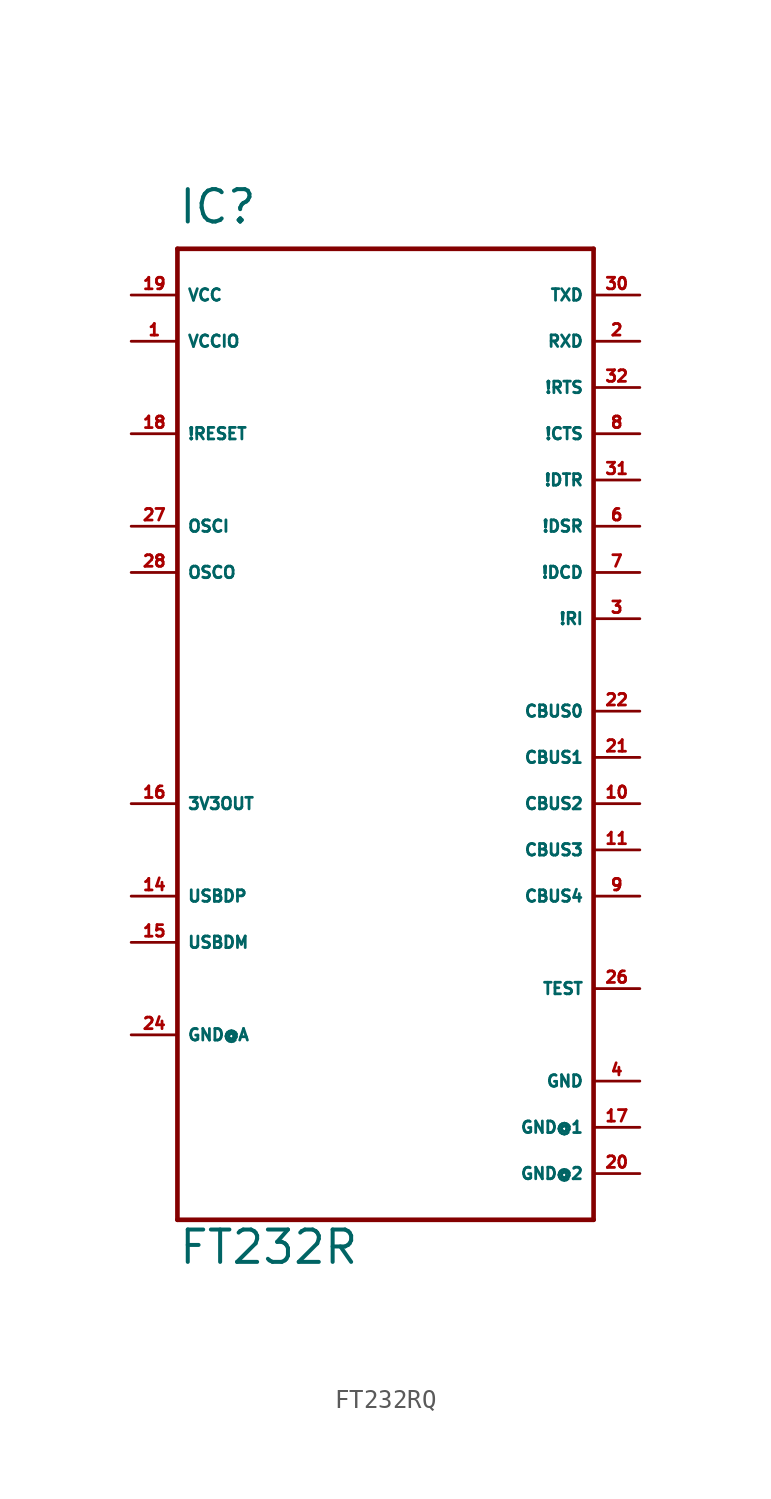
<source format=kicad_sym>
(kicad_symbol_lib
  (version 20220914)
  (generator Eagle2Kicad)
  (symbol "FT232RQ"
    (property "Reference" "IC"
      (at -10.16 26.67 0)
      (effects (font (size 1.778 1.778) (thickness 0.22)) (justify left bottom)))
    (property "Value" "FT232R"
      (at -10.16 -30.48 0)
      (effects (font (size 1.778 1.778) (thickness 0.22)) (justify left bottom)))
    (polyline
      (pts (xy -10.16 25.4) (xy 12.7 25.4))
      (stroke (width 0.254) (type default))
      (fill (type none)))
    (polyline
      (pts (xy 12.7 25.4) (xy 12.7 -27.94))
      (stroke (width 0.254) (type default))
      (fill (type none)))
    (polyline
      (pts (xy 12.7 -27.94) (xy -10.16 -27.94))
      (stroke (width 0.254) (type default))
      (fill (type none)))
    (polyline
      (pts (xy -10.16 -27.94) (xy -10.16 25.4))
      (stroke (width 0.254) (type default))
      (fill (type none)))
    (pin unspecified line
      (at -12.7 22.86 0)
      (length 2.54)
      (name "VCC" (effects (font (size 0.635 0.635) (thickness 0.08)) (justify left bottom)))
      (number "19" (effects (font (size 0.635 0.635) (thickness 0.08)) (justify left bottom))))
    (pin output line
      (at -12.7 -5.08 0)
      (length 2.54)
      (name "3V3OUT" (effects (font (size 0.635 0.635) (thickness 0.08)) (justify left bottom)))
      (number "16" (effects (font (size 0.635 0.635) (thickness 0.08)) (justify left bottom))))
    (pin bidirectional line
      (at -12.7 -10.16 0)
      (length 2.54)
      (name "USBDP" (effects (font (size 0.635 0.635) (thickness 0.08)) (justify left bottom)))
      (number "14" (effects (font (size 0.635 0.635) (thickness 0.08)) (justify left bottom))))
    (pin bidirectional line
      (at -12.7 -12.7 0)
      (length 2.54)
      (name "USBDM" (effects (font (size 0.635 0.635) (thickness 0.08)) (justify left bottom)))
      (number "15" (effects (font (size 0.635 0.635) (thickness 0.08)) (justify left bottom))))
    (pin output line
      (at -12.7 7.62 0)
      (length 2.54)
      (name "OSCO" (effects (font (size 0.635 0.635) (thickness 0.08)) (justify left bottom)))
      (number "28" (effects (font (size 0.635 0.635) (thickness 0.08)) (justify left bottom))))
    (pin input line
      (at -12.7 10.16 0)
      (length 2.54)
      (name "OSCI" (effects (font (size 0.635 0.635) (thickness 0.08)) (justify left bottom)))
      (number "27" (effects (font (size 0.635 0.635) (thickness 0.08)) (justify left bottom))))
    (pin unspecified line
      (at 15.24 -20.32 180)
      (length 2.54)
      (name "GND" (effects (font (size 0.635 0.635) (thickness 0.08)) (justify left bottom)))
      (number "4" (effects (font (size 0.635 0.635) (thickness 0.08)) (justify left bottom))))
    (pin output line
      (at 15.24 22.86 180)
      (length 2.54)
      (name "TXD" (effects (font (size 0.635 0.635) (thickness 0.08)) (justify left bottom)))
      (number "30" (effects (font (size 0.635 0.635) (thickness 0.08)) (justify left bottom))))
    (pin input line
      (at 15.24 20.32 180)
      (length 2.54)
      (name "RXD" (effects (font (size 0.635 0.635) (thickness 0.08)) (justify left bottom)))
      (number "2" (effects (font (size 0.635 0.635) (thickness 0.08)) (justify left bottom))))
    (pin output line
      (at 15.24 17.78 180)
      (length 2.54)
      (name "!RTS" (effects (font (size 0.635 0.635) (thickness 0.08)) (justify left bottom)))
      (number "32" (effects (font (size 0.635 0.635) (thickness 0.08)) (justify left bottom))))
    (pin input line
      (at 15.24 15.24 180)
      (length 2.54)
      (name "!CTS" (effects (font (size 0.635 0.635) (thickness 0.08)) (justify left bottom)))
      (number "8" (effects (font (size 0.635 0.635) (thickness 0.08)) (justify left bottom))))
    (pin output line
      (at 15.24 12.7 180)
      (length 2.54)
      (name "!DTR" (effects (font (size 0.635 0.635) (thickness 0.08)) (justify left bottom)))
      (number "31" (effects (font (size 0.635 0.635) (thickness 0.08)) (justify left bottom))))
    (pin input line
      (at 15.24 10.16 180)
      (length 2.54)
      (name "!DSR" (effects (font (size 0.635 0.635) (thickness 0.08)) (justify left bottom)))
      (number "6" (effects (font (size 0.635 0.635) (thickness 0.08)) (justify left bottom))))
    (pin input line
      (at 15.24 7.62 180)
      (length 2.54)
      (name "!DCD" (effects (font (size 0.635 0.635) (thickness 0.08)) (justify left bottom)))
      (number "7" (effects (font (size 0.635 0.635) (thickness 0.08)) (justify left bottom))))
    (pin input line
      (at 15.24 5.08 180)
      (length 2.54)
      (name "!RI" (effects (font (size 0.635 0.635) (thickness 0.08)) (justify left bottom)))
      (number "3" (effects (font (size 0.635 0.635) (thickness 0.08)) (justify left bottom))))
    (pin bidirectional line
      (at 15.24 0 180)
      (length 2.54)
      (name "CBUS0" (effects (font (size 0.635 0.635) (thickness 0.08)) (justify left bottom)))
      (number "22" (effects (font (size 0.635 0.635) (thickness 0.08)) (justify left bottom))))
    (pin bidirectional line
      (at 15.24 -2.54 180)
      (length 2.54)
      (name "CBUS1" (effects (font (size 0.635 0.635) (thickness 0.08)) (justify left bottom)))
      (number "21" (effects (font (size 0.635 0.635) (thickness 0.08)) (justify left bottom))))
    (pin bidirectional line
      (at 15.24 -5.08 180)
      (length 2.54)
      (name "CBUS2" (effects (font (size 0.635 0.635) (thickness 0.08)) (justify left bottom)))
      (number "10" (effects (font (size 0.635 0.635) (thickness 0.08)) (justify left bottom))))
    (pin bidirectional line
      (at 15.24 -7.62 180)
      (length 2.54)
      (name "CBUS3" (effects (font (size 0.635 0.635) (thickness 0.08)) (justify left bottom)))
      (number "11" (effects (font (size 0.635 0.635) (thickness 0.08)) (justify left bottom))))
    (pin bidirectional line
      (at 15.24 -10.16 180)
      (length 2.54)
      (name "CBUS4" (effects (font (size 0.635 0.635) (thickness 0.08)) (justify left bottom)))
      (number "9" (effects (font (size 0.635 0.635) (thickness 0.08)) (justify left bottom))))
    (pin unspecified line
      (at -12.7 20.32 0)
      (length 2.54)
      (name "VCCIO" (effects (font (size 0.635 0.635) (thickness 0.08)) (justify left bottom)))
      (number "1" (effects (font (size 0.635 0.635) (thickness 0.08)) (justify left bottom))))
    (pin input line
      (at -12.7 15.24 0)
      (length 2.54)
      (name "!RESET" (effects (font (size 0.635 0.635) (thickness 0.08)) (justify left bottom)))
      (number "18" (effects (font (size 0.635 0.635) (thickness 0.08)) (justify left bottom))))
    (pin unspecified line
      (at -12.7 -17.78 0)
      (length 2.54)
      (name "GND@A" (effects (font (size 0.635 0.635) (thickness 0.08)) (justify left bottom)))
      (number "24" (effects (font (size 0.635 0.635) (thickness 0.08)) (justify left bottom))))
    (pin unspecified line
      (at 15.24 -22.86 180)
      (length 2.54)
      (name "GND@1" (effects (font (size 0.635 0.635) (thickness 0.08)) (justify left bottom)))
      (number "17" (effects (font (size 0.635 0.635) (thickness 0.08)) (justify left bottom))))
    (pin input line
      (at 15.24 -15.24 180)
      (length 2.54)
      (name "TEST" (effects (font (size 0.635 0.635) (thickness 0.08)) (justify left bottom)))
      (number "26" (effects (font (size 0.635 0.635) (thickness 0.08)) (justify left bottom))))
    (pin unspecified line
      (at 15.24 -25.4 180)
      (length 2.54)
      (name "GND@2" (effects (font (size 0.635 0.635) (thickness 0.08)) (justify left bottom)))
      (number "20" (effects (font (size 0.635 0.635) (thickness 0.08)) (justify left bottom))))))
</source>
